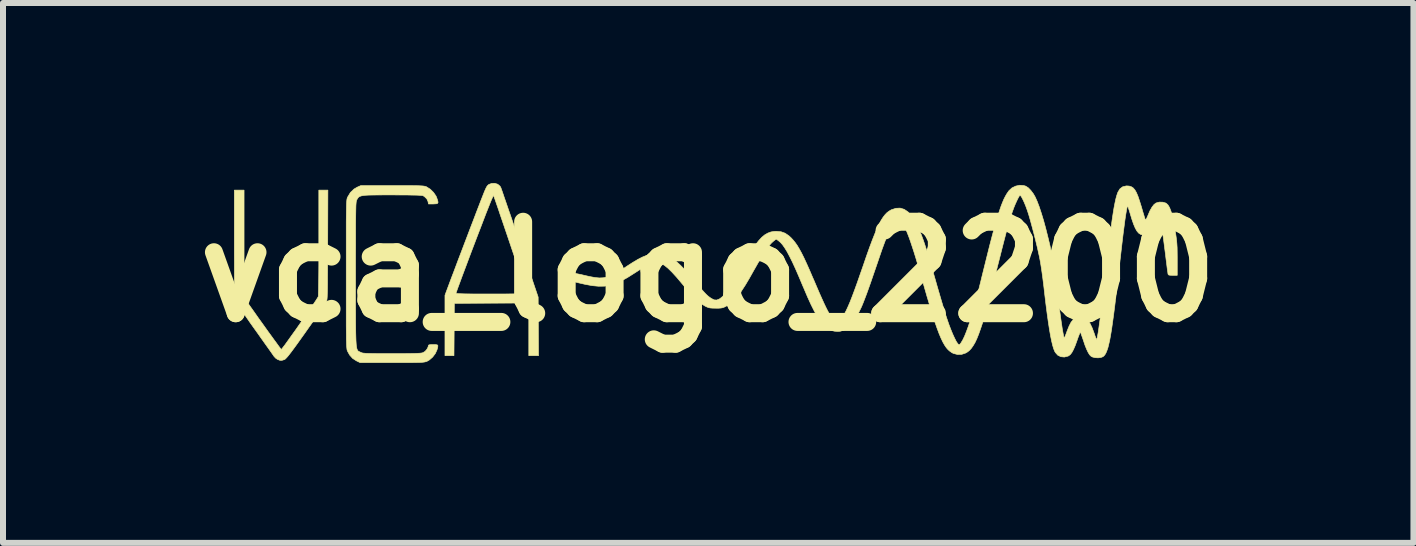
<source format=kicad_pcb>
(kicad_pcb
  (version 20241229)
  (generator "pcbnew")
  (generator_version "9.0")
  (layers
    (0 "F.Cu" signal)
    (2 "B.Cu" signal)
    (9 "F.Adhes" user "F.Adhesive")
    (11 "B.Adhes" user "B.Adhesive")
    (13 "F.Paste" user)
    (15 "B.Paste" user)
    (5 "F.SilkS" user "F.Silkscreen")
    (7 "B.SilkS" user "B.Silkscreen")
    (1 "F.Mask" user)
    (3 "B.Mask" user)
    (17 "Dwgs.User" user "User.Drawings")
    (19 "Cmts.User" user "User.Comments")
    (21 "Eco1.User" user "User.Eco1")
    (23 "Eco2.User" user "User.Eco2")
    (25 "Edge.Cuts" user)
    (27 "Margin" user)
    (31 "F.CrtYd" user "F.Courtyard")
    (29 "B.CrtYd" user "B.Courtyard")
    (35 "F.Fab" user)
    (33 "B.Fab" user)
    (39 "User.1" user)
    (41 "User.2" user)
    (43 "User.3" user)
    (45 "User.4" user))
  (footprint "vca_logo_2200"
    (layer "F.Cu")
    (at 8.752 1.48)
    (property "Reference" "vca_logo_2200" (at 0 0 0) (layer "F.SilkS") (effects (font (size 1.524 1.524) (thickness 0.3))))
    (attr through_hole)
    (fp_poly (pts (xy -3.508 -1.46) (xy -3.471 -1.429) (xy -3.459 -1.411) (xy -3.453 -1.396) (xy -3.44 -1.36) (xy -3.421 -1.305) (xy -3.397 -1.234) (xy -3.367 -1.148) (xy -3.333 -1.048) (xy -3.294 -0.937) (xy -3.253 -0.816) (xy -3.209 -0.686) (xy -3.163 -0.549) (xy -3.139 -0.479) (xy -2.834 0.421) (xy -2.831 0.909) (xy -2.828 1.397) (xy -2.99 1.397) (xy -2.99 0.519) (xy -3.611 0.522) (xy -4.231 0.525) (xy -4.234 0.961) (xy -4.237 1.397) (xy -4.387 1.397) (xy -4.387 0.391) (xy -4.374 0.355) (xy -4.203 0.355) (xy -4.198 0.358) (xy -4.183 0.361) (xy -4.157 0.364) (xy -4.117 0.365) (xy -4.063 0.367) (xy -3.992 0.368) (xy -3.904 0.369) (xy -3.796 0.369) (xy -3.667 0.369) (xy -3.614 0.369) (xy -3.5 0.369) (xy -3.393 0.369) (xy -3.295 0.368) (xy -3.21 0.367) (xy -3.138 0.366) (xy -3.081 0.365) (xy -3.044 0.363) (xy -3.026 0.362) (xy -3.025 0.361) (xy -3.029 0.348) (xy -3.039 0.316) (xy -3.055 0.266) (xy -3.077 0.2) (xy -3.103 0.121) (xy -3.134 0.031) (xy -3.167 -0.069) (xy -3.203 -0.176) (xy -3.241 -0.288) (xy -3.28 -0.403) (xy -3.319 -0.519) (xy -3.358 -0.634) (xy -3.396 -0.746) (xy -3.432 -0.852) (xy -3.466 -0.951) (xy -3.496 -1.041) (xy -3.523 -1.119) (xy -3.545 -1.183) (xy -3.562 -1.231) (xy -3.573 -1.262) (xy -3.578 -1.273) (xy -3.583 -1.264) (xy -3.596 -1.237) (xy -3.616 -1.192) (xy -3.64 -1.133) (xy -3.668 -1.062) (xy -3.7 -0.982) (xy -3.728 -0.909) (xy -3.791 -0.744) (xy -3.852 -0.586) (xy -3.909 -0.436) (xy -3.963 -0.294) (xy -4.012 -0.163) (xy -4.057 -0.043) (xy -4.097 0.063) (xy -4.131 0.155) (xy -4.159 0.231) (xy -4.181 0.291) (xy -4.195 0.332) (xy -4.202 0.353) (xy -4.203 0.355) (xy -4.374 0.355) (xy -4.279 0.1) (xy -4.247 0.017) (xy -4.209 -0.084) (xy -4.166 -0.199) (xy -4.118 -0.324) (xy -4.068 -0.456) (xy -4.016 -0.592) (xy -3.965 -0.727) (xy -3.914 -0.859) (xy -3.867 -0.983) (xy -3.823 -1.097) (xy -3.785 -1.196) (xy -3.753 -1.277) (xy -3.752 -1.28) (xy -3.727 -1.343) (xy -3.707 -1.388) (xy -3.691 -1.419) (xy -3.676 -1.439) (xy -3.661 -1.452) (xy -3.656 -1.456) (xy -3.607 -1.474) (xy -3.556 -1.475) (xy -3.508 -1.46)) (stroke (width 0.01) (type solid)) (fill yes) (layer "F.SilkS"))
    (fp_poly (pts (xy -7.735 -0.47) (xy -7.735 -0.306) (xy -7.735 -0.163) (xy -7.735 -0.04) (xy -7.735 0.065) (xy -7.734 0.153) (xy -7.734 0.226) (xy -7.733 0.285) (xy -7.732 0.333) (xy -7.73 0.369) (xy -7.728 0.397) (xy -7.726 0.418) (xy -7.723 0.433) (xy -7.72 0.444) (xy -7.716 0.453) (xy -7.712 0.46) (xy -7.697 0.483) (xy -7.671 0.521) (xy -7.636 0.571) (xy -7.594 0.63) (xy -7.546 0.698) (xy -7.495 0.771) (xy -7.44 0.847) (xy -7.385 0.924) (xy -7.331 1) (xy -7.279 1.071) (xy -7.232 1.136) (xy -7.19 1.193) (xy -7.156 1.24) (xy -7.131 1.273) (xy -7.117 1.29) (xy -7.115 1.293) (xy -7.105 1.283) (xy -7.085 1.257) (xy -7.054 1.217) (xy -7.016 1.164) (xy -6.971 1.101) (xy -6.921 1.031) (xy -6.867 0.956) (xy -6.812 0.877) (xy -6.757 0.798) (xy -6.703 0.72) (xy -6.652 0.646) (xy -6.606 0.578) (xy -6.566 0.519) (xy -6.534 0.471) (xy -6.512 0.436) (xy -6.5 0.416) (xy -6.499 0.413) (xy -6.497 0.395) (xy -6.496 0.355) (xy -6.494 0.296) (xy -6.493 0.217) (xy -6.491 0.122) (xy -6.49 0.012) (xy -6.489 -0.113) (xy -6.489 -0.249) (xy -6.489 -0.397) (xy -6.489 -0.493) (xy -6.489 -1.362) (xy -6.338 -1.362) (xy -6.341 -0.447) (xy -6.342 -0.28) (xy -6.342 -0.135) (xy -6.343 -0.01) (xy -6.344 0.097) (xy -6.344 0.188) (xy -6.345 0.263) (xy -6.346 0.324) (xy -6.348 0.373) (xy -6.349 0.412) (xy -6.351 0.442) (xy -6.354 0.464) (xy -6.356 0.481) (xy -6.36 0.493) (xy -6.363 0.503) (xy -6.367 0.511) (xy -6.379 0.529) (xy -6.402 0.564) (xy -6.436 0.613) (xy -6.479 0.675) (xy -6.529 0.748) (xy -6.586 0.829) (xy -6.648 0.916) (xy -6.707 1) (xy -6.784 1.108) (xy -6.848 1.198) (xy -6.902 1.272) (xy -6.946 1.331) (xy -6.981 1.377) (xy -7.009 1.412) (xy -7.031 1.436) (xy -7.047 1.452) (xy -7.059 1.461) (xy -7.062 1.462) (xy -7.104 1.475) (xy -7.139 1.474) (xy -7.178 1.459) (xy -7.21 1.437) (xy -7.234 1.41) (xy -7.235 1.41) (xy -7.245 1.395) (xy -7.268 1.362) (xy -7.301 1.315) (xy -7.343 1.256) (xy -7.393 1.186) (xy -7.449 1.107) (xy -7.509 1.022) (xy -7.555 0.958) (xy -7.634 0.847) (xy -7.703 0.747) (xy -7.762 0.662) (xy -7.809 0.591) (xy -7.845 0.536) (xy -7.867 0.497) (xy -7.876 0.479) (xy -7.88 0.467) (xy -7.883 0.453) (xy -7.886 0.435) (xy -7.888 0.411) (xy -7.89 0.38) (xy -7.892 0.341) (xy -7.893 0.291) (xy -7.894 0.23) (xy -7.895 0.155) (xy -7.896 0.065) (xy -7.896 -0.042) (xy -7.896 -0.168) (xy -7.897 -0.313) (xy -7.897 -0.47) (xy -7.897 -1.362) (xy -7.735 -1.362) (xy -7.735 -0.47)) (stroke (width 0.01) (type solid)) (fill yes) (layer "F.SilkS"))
    (fp_poly (pts (xy -5.14 -1.437) (xy -5.036 -1.437) (xy -4.951 -1.437) (xy -4.882 -1.436) (xy -4.829 -1.435) (xy -4.787 -1.433) (xy -4.756 -1.431) (xy -4.733 -1.428) (xy -4.716 -1.424) (xy -4.702 -1.42) (xy -4.695 -1.417) (xy -4.632 -1.377) (xy -4.577 -1.323) (xy -4.536 -1.263) (xy -4.526 -1.24) (xy -4.509 -1.191) (xy -4.502 -1.159) (xy -4.509 -1.142) (xy -4.53 -1.134) (xy -4.568 -1.132) (xy -4.582 -1.131) (xy -4.662 -1.131) (xy -4.669 -1.17) (xy -4.689 -1.215) (xy -4.729 -1.254) (xy -4.753 -1.269) (xy -4.77 -1.272) (xy -4.805 -1.275) (xy -4.859 -1.278) (xy -4.933 -1.279) (xy -5.029 -1.281) (xy -5.145 -1.281) (xy -5.267 -1.282) (xy -5.393 -1.282) (xy -5.498 -1.281) (xy -5.585 -1.28) (xy -5.654 -1.279) (xy -5.709 -1.276) (xy -5.751 -1.271) (xy -5.783 -1.265) (xy -5.806 -1.257) (xy -5.823 -1.247) (xy -5.835 -1.234) (xy -5.846 -1.218) (xy -5.856 -1.2) (xy -5.859 -1.193) (xy -5.862 -1.184) (xy -5.865 -1.171) (xy -5.867 -1.155) (xy -5.869 -1.132) (xy -5.871 -1.102) (xy -5.872 -1.063) (xy -5.873 -1.015) (xy -5.874 -0.955) (xy -5.875 -0.882) (xy -5.876 -0.795) (xy -5.876 -0.693) (xy -5.876 -0.575) (xy -5.876 -0.438) (xy -5.877 -0.282) (xy -5.877 -0.105) (xy -5.877 0.038) (xy -5.877 0.236) (xy -5.877 0.412) (xy -5.877 0.568) (xy -5.876 0.704) (xy -5.876 0.822) (xy -5.875 0.924) (xy -5.874 1.011) (xy -5.872 1.084) (xy -5.87 1.144) (xy -5.867 1.193) (xy -5.864 1.231) (xy -5.859 1.261) (xy -5.854 1.284) (xy -5.847 1.301) (xy -5.84 1.313) (xy -5.832 1.321) (xy -5.822 1.327) (xy -5.811 1.332) (xy -5.798 1.338) (xy -5.795 1.34) (xy -5.783 1.345) (xy -5.769 1.35) (xy -5.752 1.354) (xy -5.728 1.356) (xy -5.696 1.359) (xy -5.654 1.36) (xy -5.598 1.361) (xy -5.528 1.362) (xy -5.44 1.362) (xy -5.332 1.362) (xy -5.271 1.362) (xy -5.148 1.362) (xy -5.046 1.362) (xy -4.963 1.361) (xy -4.897 1.36) (xy -4.846 1.358) (xy -4.808 1.356) (xy -4.78 1.353) (xy -4.761 1.349) (xy -4.751 1.346) (xy -4.717 1.324) (xy -4.688 1.29) (xy -4.669 1.254) (xy -4.664 1.232) (xy -4.661 1.222) (xy -4.649 1.216) (xy -4.622 1.213) (xy -4.584 1.212) (xy -4.539 1.213) (xy -4.514 1.218) (xy -4.505 1.231) (xy -4.508 1.258) (xy -4.52 1.301) (xy -4.548 1.362) (xy -4.593 1.421) (xy -4.647 1.468) (xy -4.681 1.488) (xy -4.694 1.494) (xy -4.708 1.498) (xy -4.724 1.502) (xy -4.744 1.505) (xy -4.772 1.508) (xy -4.81 1.51) (xy -4.858 1.511) (xy -4.92 1.512) (xy -4.997 1.512) (xy -5.093 1.512) (xy -5.208 1.512) (xy -5.268 1.512) (xy -5.803 1.512) (xy -5.863 1.483) (xy -5.926 1.442) (xy -5.975 1.387) (xy -6.008 1.328) (xy -6.012 1.319) (xy -6.016 1.31) (xy -6.019 1.299) (xy -6.021 1.285) (xy -6.023 1.267) (xy -6.025 1.243) (xy -6.027 1.211) (xy -6.028 1.171) (xy -6.03 1.121) (xy -6.03 1.06) (xy -6.031 0.986) (xy -6.032 0.898) (xy -6.032 0.795) (xy -6.032 0.675) (xy -6.032 0.538) (xy -6.032 0.381) (xy -6.032 0.203) (xy -6.032 0.04) (xy -6.032 -0.155) (xy -6.032 -0.329) (xy -6.032 -0.482) (xy -6.032 -0.617) (xy -6.032 -0.733) (xy -6.032 -0.834) (xy -6.031 -0.919) (xy -6.03 -0.99) (xy -6.029 -1.049) (xy -6.028 -1.098) (xy -6.027 -1.136) (xy -6.025 -1.166) (xy -6.023 -1.19) (xy -6.021 -1.207) (xy -6.018 -1.221) (xy -6.015 -1.231) (xy -6.012 -1.24) (xy -6.008 -1.247) (xy -5.962 -1.323) (xy -5.902 -1.38) (xy -5.851 -1.41) (xy -5.79 -1.437) (xy -5.265 -1.437) (xy -5.14 -1.437)) (stroke (width 0.01) (type solid)) (fill yes) (layer "F.SilkS"))
    (fp_poly (pts (xy 5.258 -1.438) (xy 5.291 -1.428) (xy 5.333 -1.401) (xy 5.376 -1.357) (xy 5.418 -1.301) (xy 5.448 -1.249) (xy 5.481 -1.176) (xy 5.516 -1.084) (xy 5.552 -0.975) (xy 5.589 -0.853) (xy 5.625 -0.721) (xy 5.66 -0.582) (xy 5.694 -0.441) (xy 5.724 -0.299) (xy 5.751 -0.161) (xy 5.774 -0.029) (xy 5.791 0.093) (xy 5.796 0.133) (xy 5.812 0.275) (xy 5.828 0.412) (xy 5.844 0.541) (xy 5.859 0.661) (xy 5.874 0.771) (xy 5.888 0.867) (xy 5.9 0.949) (xy 5.912 1.015) (xy 5.921 1.064) (xy 5.929 1.093) (xy 5.934 1.101) (xy 5.935 1.1) (xy 5.942 1.086) (xy 5.955 1.055) (xy 5.971 1.013) (xy 5.98 0.987) (xy 6.014 0.903) (xy 6.047 0.839) (xy 6.083 0.795) (xy 6.123 0.766) (xy 6.169 0.753) (xy 6.201 0.75) (xy 6.249 0.757) (xy 6.292 0.776) (xy 6.329 0.811) (xy 6.364 0.863) (xy 6.398 0.934) (xy 6.432 1.025) (xy 6.447 1.07) (xy 6.461 1.105) (xy 6.47 1.125) (xy 6.473 1.128) (xy 6.479 1.112) (xy 6.487 1.073) (xy 6.498 1.013) (xy 6.51 0.932) (xy 6.524 0.831) (xy 6.54 0.711) (xy 6.558 0.573) (xy 6.577 0.417) (xy 6.597 0.245) (xy 6.619 0.056) (xy 6.633 -0.068) (xy 6.656 -0.27) (xy 6.677 -0.451) (xy 6.697 -0.611) (xy 6.715 -0.752) (xy 6.732 -0.875) (xy 6.748 -0.981) (xy 6.763 -1.072) (xy 6.778 -1.149) (xy 6.792 -1.214) (xy 6.806 -1.266) (xy 6.82 -1.309) (xy 6.828 -1.329) (xy 6.861 -1.383) (xy 6.906 -1.417) (xy 6.963 -1.431) (xy 6.975 -1.432) (xy 7.016 -1.429) (xy 7.051 -1.418) (xy 7.081 -1.399) (xy 7.109 -1.367) (xy 7.135 -1.322) (xy 7.161 -1.261) (xy 7.188 -1.181) (xy 7.219 -1.082) (xy 7.223 -1.068) (xy 7.241 -1.005) (xy 7.258 -0.95) (xy 7.271 -0.906) (xy 7.281 -0.877) (xy 7.284 -0.868) (xy 7.292 -0.87) (xy 7.306 -0.891) (xy 7.324 -0.932) (xy 7.36 -1.016) (xy 7.395 -1.078) (xy 7.429 -1.122) (xy 7.464 -1.148) (xy 7.465 -1.148) (xy 7.516 -1.162) (xy 7.572 -1.161) (xy 7.623 -1.147) (xy 7.636 -1.139) (xy 7.662 -1.114) (xy 7.687 -1.073) (xy 7.71 -1.015) (xy 7.732 -0.939) (xy 7.754 -0.844) (xy 7.775 -0.727) (xy 7.787 -0.655) (xy 7.797 -0.585) (xy 7.805 -0.524) (xy 7.81 -0.465) (xy 7.814 -0.402) (xy 7.815 -0.331) (xy 7.816 -0.244) (xy 7.816 -0.204) (xy 7.816 0.058) (xy 7.741 0.058) (xy 7.701 0.057) (xy 7.678 0.054) (xy 7.666 0.046) (xy 7.661 0.032) (xy 7.659 0.014) (xy 7.653 -0.024) (xy 7.646 -0.078) (xy 7.638 -0.145) (xy 7.628 -0.221) (xy 7.62 -0.289) (xy 7.603 -0.42) (xy 7.588 -0.537) (xy 7.573 -0.639) (xy 7.56 -0.724) (xy 7.548 -0.792) (xy 7.538 -0.839) (xy 7.529 -0.866) (xy 7.527 -0.871) (xy 7.518 -0.873) (xy 7.516 -0.864) (xy 7.511 -0.846) (xy 7.498 -0.813) (xy 7.479 -0.771) (xy 7.47 -0.753) (xy 7.434 -0.69) (xy 7.4 -0.648) (xy 7.361 -0.623) (xy 7.316 -0.611) (xy 7.285 -0.609) (xy 7.242 -0.613) (xy 7.205 -0.624) (xy 7.172 -0.646) (xy 7.143 -0.681) (xy 7.116 -0.729) (xy 7.088 -0.795) (xy 7.059 -0.879) (xy 7.032 -0.969) (xy 7.017 -1.018) (xy 7.004 -1.059) (xy 6.995 -1.086) (xy 6.991 -1.095) (xy 6.985 -1.09) (xy 6.978 -1.065) (xy 6.969 -1.02) (xy 6.958 -0.954) (xy 6.945 -0.868) (xy 6.931 -0.76) (xy 6.914 -0.631) (xy 6.896 -0.48) (xy 6.876 -0.307) (xy 6.853 -0.111) (xy 6.841 0) (xy 6.817 0.21) (xy 6.795 0.398) (xy 6.775 0.565) (xy 6.756 0.713) (xy 6.738 0.843) (xy 6.722 0.956) (xy 6.706 1.053) (xy 6.691 1.136) (xy 6.675 1.206) (xy 6.661 1.263) (xy 6.645 1.31) (xy 6.63 1.347) (xy 6.614 1.376) (xy 6.597 1.398) (xy 6.579 1.413) (xy 6.578 1.414) (xy 6.544 1.427) (xy 6.497 1.433) (xy 6.447 1.43) (xy 6.403 1.419) (xy 6.38 1.407) (xy 6.356 1.383) (xy 6.332 1.345) (xy 6.307 1.293) (xy 6.279 1.224) (xy 6.251 1.14) (xy 6.233 1.088) (xy 6.218 1.046) (xy 6.207 1.016) (xy 6.201 1.005) (xy 6.2 1.004) (xy 6.194 1.015) (xy 6.183 1.043) (xy 6.167 1.084) (xy 6.149 1.135) (xy 6.148 1.139) (xy 6.116 1.227) (xy 6.086 1.296) (xy 6.059 1.346) (xy 6.032 1.38) (xy 6.003 1.401) (xy 5.997 1.404) (xy 5.934 1.42) (xy 5.876 1.414) (xy 5.825 1.389) (xy 5.785 1.344) (xy 5.774 1.325) (xy 5.757 1.283) (xy 5.74 1.227) (xy 5.723 1.156) (xy 5.705 1.069) (xy 5.687 0.965) (xy 5.668 0.842) (xy 5.648 0.7) (xy 5.627 0.537) (xy 5.605 0.353) (xy 5.594 0.255) (xy 5.575 0.103) (xy 5.556 -0.035) (xy 5.537 -0.156) (xy 5.518 -0.257) (xy 5.512 -0.282) (xy 5.486 -0.4) (xy 5.457 -0.52) (xy 5.427 -0.639) (xy 5.397 -0.752) (xy 5.369 -0.855) (xy 5.343 -0.945) (xy 5.32 -1.016) (xy 5.316 -1.028) (xy 5.292 -1.094) (xy 5.267 -1.155) (xy 5.243 -1.206) (xy 5.222 -1.246) (xy 5.205 -1.27) (xy 5.194 -1.275) (xy 5.181 -1.259) (xy 5.162 -1.225) (xy 5.139 -1.177) (xy 5.113 -1.119) (xy 5.087 -1.055) (xy 5.086 -1.05) (xy 5.069 -1.004) (xy 5.051 -0.95) (xy 5.031 -0.888) (xy 5.01 -0.817) (xy 4.986 -0.733) (xy 4.96 -0.636) (xy 4.931 -0.525) (xy 4.898 -0.397) (xy 4.861 -0.25) (xy 4.819 -0.085) (xy 4.787 0.046) (xy 4.737 0.246) (xy 4.691 0.424) (xy 4.649 0.582) (xy 4.61 0.721) (xy 4.574 0.843) (xy 4.539 0.948) (xy 4.507 1.038) (xy 4.476 1.115) (xy 4.446 1.179) (xy 4.415 1.231) (xy 4.385 1.274) (xy 4.354 1.308) (xy 4.322 1.334) (xy 4.29 1.353) (xy 4.224 1.375) (xy 4.154 1.377) (xy 4.086 1.36) (xy 4.061 1.347) (xy 4.029 1.325) (xy 3.998 1.298) (xy 3.968 1.264) (xy 3.939 1.221) (xy 3.909 1.168) (xy 3.879 1.105) (xy 3.847 1.029) (xy 3.813 0.938) (xy 3.776 0.833) (xy 3.737 0.711) (xy 3.694 0.57) (xy 3.646 0.41) (xy 3.594 0.229) (xy 3.589 0.214) (xy 3.541 0.047) (xy 3.499 -0.099) (xy 3.461 -0.226) (xy 3.427 -0.336) (xy 3.396 -0.43) (xy 3.369 -0.511) (xy 3.344 -0.581) (xy 3.321 -0.64) (xy 3.3 -0.691) (xy 3.292 -0.707) (xy 3.263 -0.766) (xy 3.234 -0.82) (xy 3.206 -0.864) (xy 3.183 -0.896) (xy 3.166 -0.911) (xy 3.163 -0.912) (xy 3.15 -0.902) (xy 3.129 -0.876) (xy 3.103 -0.837) (xy 3.075 -0.789) (xy 3.046 -0.737) (xy 3.02 -0.685) (xy 3.008 -0.658) (xy 2.987 -0.609) (xy 2.966 -0.559) (xy 2.945 -0.506) (xy 2.923 -0.447) (xy 2.898 -0.379) (xy 2.87 -0.298) (xy 2.837 -0.201) (xy 2.799 -0.09) (xy 2.75 0.052) (xy 2.708 0.175) (xy 2.671 0.279) (xy 2.639 0.368) (xy 2.61 0.444) (xy 2.585 0.509) (xy 2.562 0.565) (xy 2.549 0.594) (xy 2.492 0.711) (xy 2.435 0.806) (xy 2.379 0.881) (xy 2.322 0.936) (xy 2.262 0.972) (xy 2.199 0.99) (xy 2.16 0.993) (xy 2.104 0.989) (xy 2.053 0.977) (xy 2.005 0.955) (xy 1.958 0.922) (xy 1.912 0.877) (xy 1.865 0.818) (xy 1.817 0.744) (xy 1.767 0.653) (xy 1.713 0.545) (xy 1.655 0.418) (xy 1.592 0.27) (xy 1.575 0.231) (xy 1.511 0.079) (xy 1.454 -0.052) (xy 1.402 -0.165) (xy 1.355 -0.259) (xy 1.313 -0.338) (xy 1.274 -0.401) (xy 1.238 -0.452) (xy 1.204 -0.49) (xy 1.171 -0.518) (xy 1.169 -0.52) (xy 1.132 -0.546) (xy 1.092 -0.515) (xy 1.056 -0.483) (xy 1.016 -0.438) (xy 0.972 -0.378) (xy 0.922 -0.302) (xy 0.865 -0.209) (xy 0.801 -0.097) (xy 0.757 -0.02) (xy 0.684 0.11) (xy 0.618 0.221) (xy 0.558 0.313) (xy 0.503 0.39) (xy 0.451 0.452) (xy 0.401 0.502) (xy 0.351 0.541) (xy 0.31 0.566) (xy 0.274 0.585) (xy 0.244 0.597) (xy 0.214 0.603) (xy 0.175 0.606) (xy 0.127 0.606) (xy 0.073 0.605) (xy 0.034 0.602) (xy 0.002 0.595) (xy -0.03 0.582) (xy -0.052 0.571) (xy -0.109 0.536) (xy -0.176 0.48) (xy -0.252 0.406) (xy -0.34 0.311) (xy -0.437 0.196) (xy -0.442 0.19) (xy -0.527 0.089) (xy -0.602 0.007) (xy -0.668 -0.058) (xy -0.727 -0.106) (xy -0.779 -0.138) (xy -0.827 -0.156) (xy -0.867 -0.161) (xy -0.901 -0.157) (xy -0.941 -0.145) (xy -0.991 -0.123) (xy -1.051 -0.091) (xy -1.124 -0.046) (xy -1.213 0.011) (xy -1.227 0.02) (xy -1.344 0.094) (xy -1.448 0.152) (xy -1.545 0.195) (xy -1.638 0.224) (xy -1.731 0.239) (xy -1.828 0.24) (xy -1.934 0.23) (xy -2.053 0.208) (xy -2.153 0.185) (xy -2.217 0.169) (xy -2.277 0.156) (xy -2.326 0.145) (xy -2.36 0.14) (xy -2.372 0.138) (xy -2.417 0.136) (xy -2.443 0.127) (xy -2.455 0.108) (xy -2.459 0.073) (xy -2.459 0.061) (xy -2.459 -0.003) (xy -2.364 0.003) (xy -2.32 0.008) (xy -2.26 0.017) (xy -2.19 0.031) (xy -2.116 0.046) (xy -2.067 0.058) (xy -1.969 0.08) (xy -1.886 0.095) (xy -1.814 0.102) (xy -1.749 0.099) (xy -1.686 0.087) (xy -1.622 0.065) (xy -1.552 0.03) (xy -1.473 -0.016) (xy -1.381 -0.076) (xy -1.361 -0.09) (xy -1.26 -0.155) (xy -1.173 -0.207) (xy -1.097 -0.246) (xy -1.03 -0.273) (xy -0.967 -0.29) (xy -0.907 -0.298) (xy -0.845 -0.297) (xy -0.837 -0.297) (xy -0.772 -0.289) (xy -0.71 -0.274) (xy -0.651 -0.25) (xy -0.592 -0.217) (xy -0.531 -0.172) (xy -0.466 -0.113) (xy -0.394 -0.04) (xy -0.314 0.049) (xy -0.224 0.156) (xy -0.219 0.162) (xy -0.158 0.235) (xy -0.109 0.293) (xy -0.069 0.338) (xy -0.036 0.373) (xy -0.006 0.401) (xy 0.022 0.423) (xy 0.051 0.443) (xy 0.098 0.467) (xy 0.141 0.47) (xy 0.185 0.453) (xy 0.204 0.44) (xy 0.235 0.415) (xy 0.267 0.383) (xy 0.301 0.343) (xy 0.338 0.292) (xy 0.38 0.229) (xy 0.428 0.151) (xy 0.483 0.058) (xy 0.547 -0.053) (xy 0.587 -0.125) (xy 0.66 -0.251) (xy 0.726 -0.358) (xy 0.785 -0.447) (xy 0.84 -0.518) (xy 0.892 -0.575) (xy 0.943 -0.617) (xy 0.994 -0.646) (xy 1.046 -0.665) (xy 1.101 -0.674) (xy 1.137 -0.675) (xy 1.214 -0.668) (xy 1.281 -0.644) (xy 1.344 -0.601) (xy 1.38 -0.568) (xy 1.415 -0.53) (xy 1.449 -0.488) (xy 1.483 -0.44) (xy 1.517 -0.383) (xy 1.554 -0.316) (xy 1.594 -0.236) (xy 1.638 -0.141) (xy 1.688 -0.029) (xy 1.744 0.102) (xy 1.753 0.121) (xy 1.808 0.25) (xy 1.855 0.359) (xy 1.896 0.451) (xy 1.931 0.528) (xy 1.961 0.591) (xy 1.987 0.643) (xy 2.011 0.686) (xy 2.033 0.722) (xy 2.054 0.753) (xy 2.076 0.781) (xy 2.099 0.807) (xy 2.1 0.808) (xy 2.147 0.86) (xy 2.195 0.808) (xy 2.221 0.777) (xy 2.247 0.74) (xy 2.273 0.695) (xy 2.301 0.642) (xy 2.331 0.577) (xy 2.364 0.5) (xy 2.4 0.408) (xy 2.44 0.301) (xy 2.485 0.177) (xy 2.535 0.033) (xy 2.581 -0.098) (xy 2.637 -0.262) (xy 2.688 -0.405) (xy 2.734 -0.528) (xy 2.776 -0.634) (xy 2.814 -0.724) (xy 2.85 -0.8) (xy 2.883 -0.862) (xy 2.916 -0.913) (xy 2.948 -0.954) (xy 2.98 -0.987) (xy 3.014 -1.012) (xy 3.049 -1.033) (xy 3.054 -1.035) (xy 3.128 -1.059) (xy 3.198 -1.062) (xy 3.265 -1.042) (xy 3.328 -1) (xy 3.389 -0.935) (xy 3.446 -0.847) (xy 3.479 -0.784) (xy 3.505 -0.729) (xy 3.529 -0.672) (xy 3.554 -0.61) (xy 3.579 -0.542) (xy 3.606 -0.464) (xy 3.635 -0.374) (xy 3.667 -0.272) (xy 3.702 -0.153) (xy 3.742 -0.016) (xy 3.783 0.127) (xy 3.814 0.236) (xy 3.846 0.346) (xy 3.877 0.452) (xy 3.907 0.553) (xy 3.934 0.642) (xy 3.957 0.718) (xy 3.976 0.776) (xy 3.979 0.784) (xy 4.01 0.875) (xy 4.043 0.961) (xy 4.075 1.039) (xy 4.106 1.106) (xy 4.133 1.159) (xy 4.156 1.194) (xy 4.164 1.203) (xy 4.179 1.214) (xy 4.19 1.212) (xy 4.205 1.194) (xy 4.212 1.184) (xy 4.241 1.136) (xy 4.271 1.074) (xy 4.302 0.997) (xy 4.336 0.904) (xy 4.371 0.794) (xy 4.409 0.665) (xy 4.45 0.517) (xy 4.494 0.349) (xy 4.542 0.159) (xy 4.555 0.104) (xy 4.606 -0.101) (xy 4.652 -0.286) (xy 4.693 -0.45) (xy 4.731 -0.596) (xy 4.766 -0.725) (xy 4.798 -0.838) (xy 4.827 -0.936) (xy 4.855 -1.022) (xy 4.88 -1.095) (xy 4.905 -1.159) (xy 4.928 -1.213) (xy 4.952 -1.26) (xy 4.975 -1.3) (xy 4.999 -1.335) (xy 5.012 -1.353) (xy 5.062 -1.399) (xy 5.124 -1.429) (xy 5.191 -1.443) (xy 5.258 -1.438)) (stroke (width 0.01) (type solid)) (fill yes) (layer "F.SilkS")))
  (gr_rect
    (start -3 -3)
    (end 20.504 5.997)
    (stroke (width 0.1) (type default))
    (fill no)
    (layer "Edge.Cuts")))
</source>
